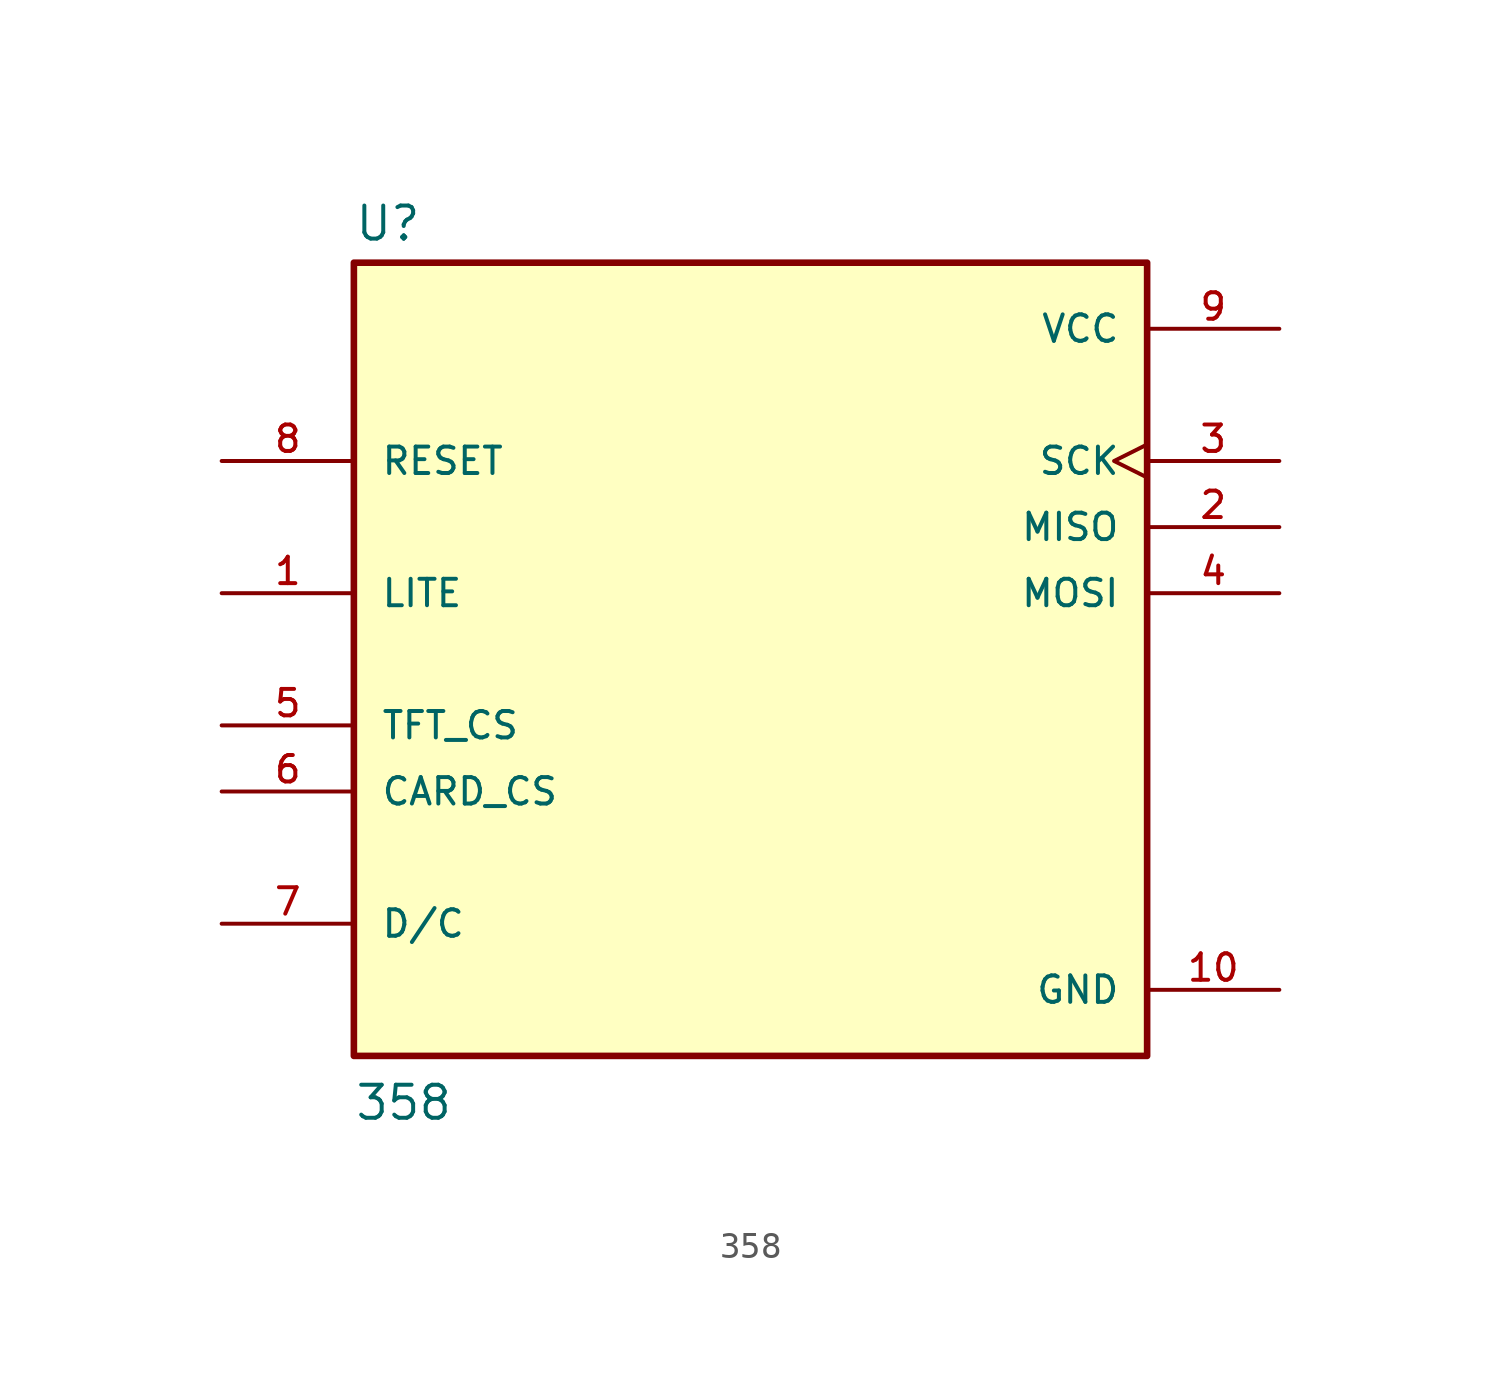
<source format=kicad_sym>
(kicad_symbol_lib
  (version 20211014)
  (generator kicad_symbol_editor)
  (symbol "358"
    (pin_names
      (offset 1.016))
    (property "Reference" "U"
      (at -15.24 16.002 0)
      (effects (font (size 1.27 1.27)) (justify bottom left)))
    (property "Value" "358"
      (at -15.24 -17.78 0)
      (effects (font (size 1.27 1.27)) (justify bottom left)))
    (symbol "358_0_0"
      (rectangle (start -15.24 -15.24) (end 15.24 15.24) (stroke (width 0.254)) (fill (type background)))
      (pin input line (at -20.32 2.54 0) (length 5.08) (name "LITE" (effects (font (size 1.016 1.016)))) (number "1" (effects (font (size 1.016 1.016)))))
      (pin output line (at 20.32 5.08 180.0) (length 5.08) (name "MISO" (effects (font (size 1.016 1.016)))) (number "2" (effects (font (size 1.016 1.016)))))
      (pin input clock (at 20.32 7.62 180.0) (length 5.08) (name "SCK" (effects (font (size 1.016 1.016)))) (number "3" (effects (font (size 1.016 1.016)))))
      (pin input line (at 20.32 2.54 180.0) (length 5.08) (name "MOSI" (effects (font (size 1.016 1.016)))) (number "4" (effects (font (size 1.016 1.016)))))
      (pin input line (at -20.32 -2.54 0) (length 5.08) (name "TFT_CS" (effects (font (size 1.016 1.016)))) (number "5" (effects (font (size 1.016 1.016)))))
      (pin input line (at -20.32 -5.08 0) (length 5.08) (name "CARD_CS" (effects (font (size 1.016 1.016)))) (number "6" (effects (font (size 1.016 1.016)))))
      (pin input line (at -20.32 -10.16 0) (length 5.08) (name "D/C" (effects (font (size 1.016 1.016)))) (number "7" (effects (font (size 1.016 1.016)))))
      (pin input line (at -20.32 7.62 0) (length 5.08) (name "RESET" (effects (font (size 1.016 1.016)))) (number "8" (effects (font (size 1.016 1.016)))))
      (pin power_in line (at 20.32 12.7 180.0) (length 5.08) (name "VCC" (effects (font (size 1.016 1.016)))) (number "9" (effects (font (size 1.016 1.016)))))
      (pin power_in line (at 20.32 -12.7 180.0) (length 5.08) (name "GND" (effects (font (size 1.016 1.016)))) (number "10" (effects (font (size 1.016 1.016))))))))
</source>
